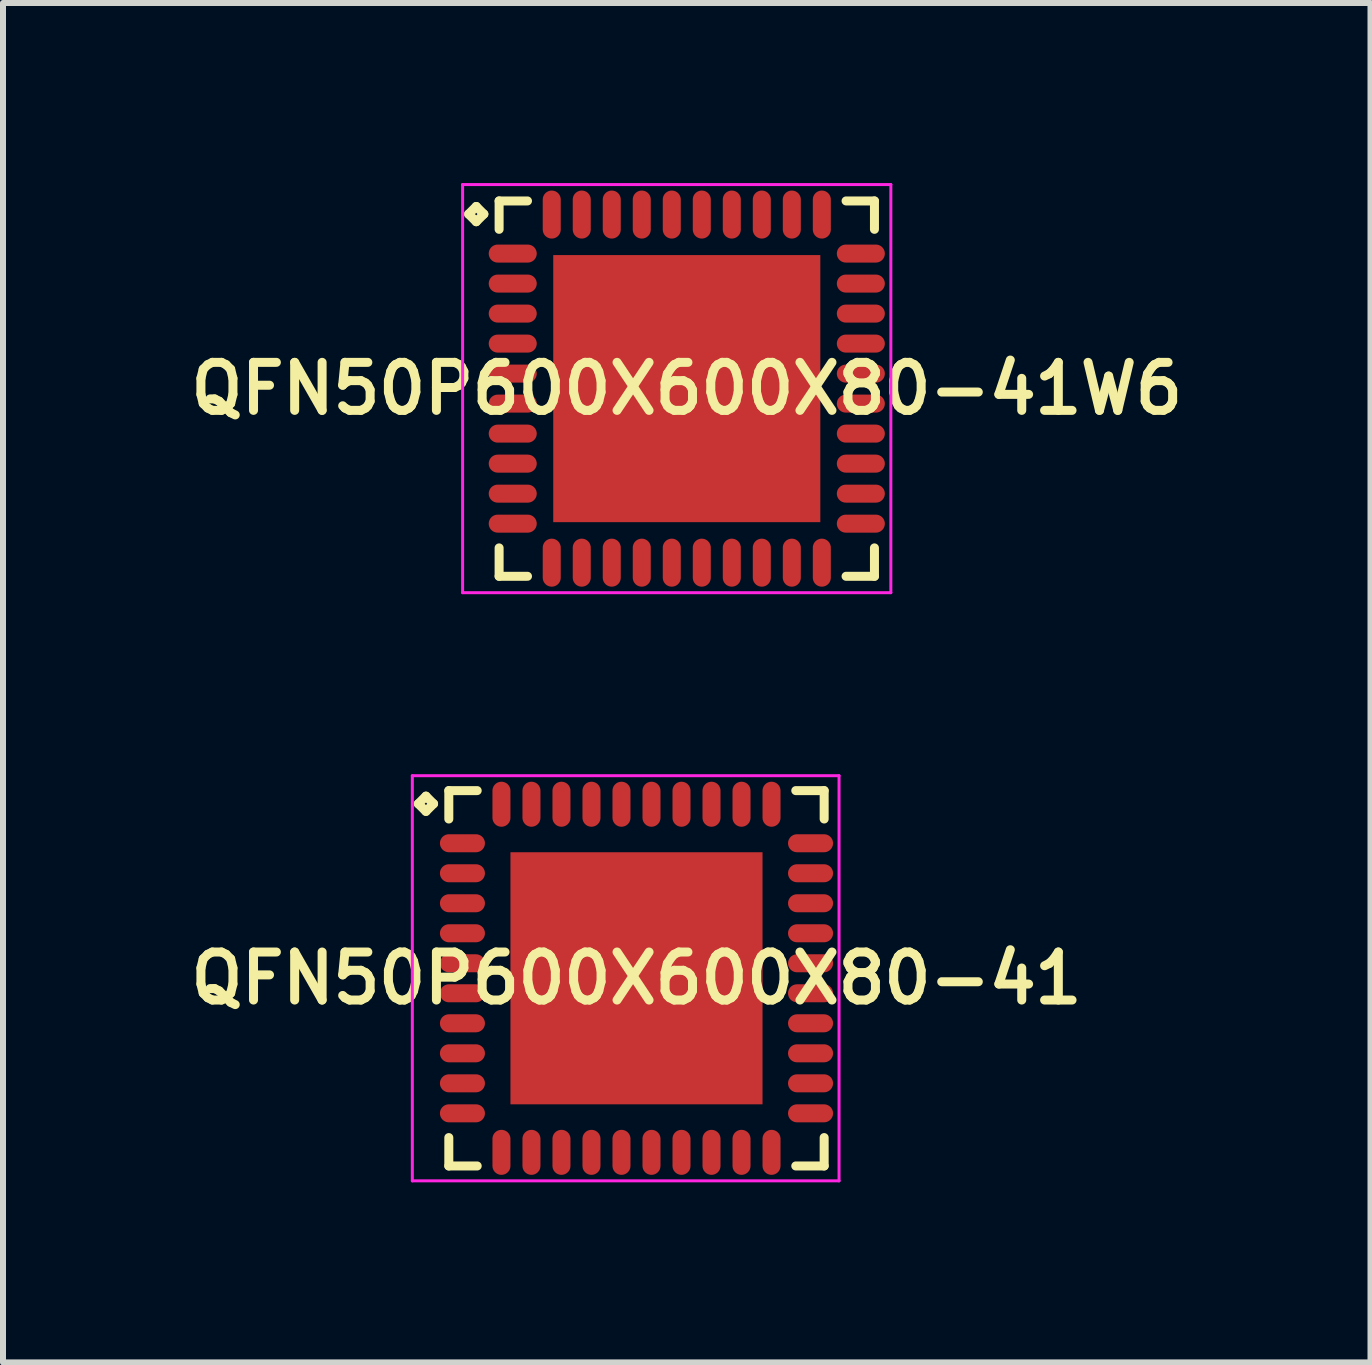
<source format=kicad_pcb>
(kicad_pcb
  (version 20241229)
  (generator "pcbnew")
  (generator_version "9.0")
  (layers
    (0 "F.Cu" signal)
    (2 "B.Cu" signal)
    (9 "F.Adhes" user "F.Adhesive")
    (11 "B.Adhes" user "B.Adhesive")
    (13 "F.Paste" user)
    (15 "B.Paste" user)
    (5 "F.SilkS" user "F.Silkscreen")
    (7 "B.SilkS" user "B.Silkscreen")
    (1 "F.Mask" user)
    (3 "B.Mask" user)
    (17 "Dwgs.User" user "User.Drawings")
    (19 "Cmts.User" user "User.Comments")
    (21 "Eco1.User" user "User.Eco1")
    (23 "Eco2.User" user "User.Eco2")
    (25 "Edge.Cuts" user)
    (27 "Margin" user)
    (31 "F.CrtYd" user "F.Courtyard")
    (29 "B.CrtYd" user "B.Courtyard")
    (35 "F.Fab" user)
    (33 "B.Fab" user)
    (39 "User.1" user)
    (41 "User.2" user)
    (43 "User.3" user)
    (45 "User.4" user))
  (footprint "QFN50P600X600X80-41W6"
    (layer "F.Cu")
    (at 8.393 3.425)
    (property "Reference" "QFN50P600X600X80-41W6" (at 0 0 0) (layer "F.SilkS") (effects (font (size 0.8 0.8) (thickness 0.15))))
    (attr smd)
    (fp_line (start -3.635 -2.908) (end -3.508 -3.035) (stroke (width 0.15) (type solid)) (layer "F.SilkS"))
    (fp_line (start -3.508 -3.035) (end -3.381 -2.908) (stroke (width 0.15) (type solid)) (layer "F.SilkS"))
    (fp_line (start -3.508 -2.781) (end -3.635 -2.908) (stroke (width 0.15) (type solid)) (layer "F.SilkS"))
    (fp_line (start -3.381 -2.908) (end -3.508 -2.781) (stroke (width 0.15) (type solid)) (layer "F.SilkS"))
    (fp_line (start -3.127 -3.127) (end -2.654 -3.127) (stroke (width 0.15) (type solid)) (layer "F.SilkS"))
    (fp_line (start -3.127 -2.654) (end -3.127 -3.127) (stroke (width 0.15) (type solid)) (layer "F.SilkS"))
    (fp_line (start -3.127 2.654) (end -3.127 3.127) (stroke (width 0.15) (type solid)) (layer "F.SilkS"))
    (fp_line (start -3.127 3.127) (end -2.654 3.127) (stroke (width 0.15) (type solid)) (layer "F.SilkS"))
    (fp_line (start 2.654 -3.127) (end 3.127 -3.127) (stroke (width 0.15) (type solid)) (layer "F.SilkS"))
    (fp_line (start 2.654 3.127) (end 3.127 3.127) (stroke (width 0.15) (type solid)) (layer "F.SilkS"))
    (fp_line (start 3.127 -3.127) (end 3.127 -2.654) (stroke (width 0.15) (type solid)) (layer "F.SilkS"))
    (fp_line (start 3.127 3.127) (end 3.127 2.654) (stroke (width 0.15) (type solid)) (layer "F.SilkS"))
    (fp_line (start -3.735 -3.4) (end 3.4 -3.4) (stroke (width 0.05) (type solid)) (layer "F.CrtYd"))
    (fp_line (start -3.735 3.4) (end -3.735 -3.4) (stroke (width 0.05) (type solid)) (layer "F.CrtYd"))
    (fp_line (start 3.4 -3.4) (end 3.4 3.4) (stroke (width 0.05) (type solid)) (layer "F.CrtYd"))
    (fp_line (start 3.4 3.4) (end -3.735 3.4) (stroke (width 0.05) (type solid)) (layer "F.CrtYd"))
    (pad "1" smd oval (at -2.9 -2.25) (size 0.8 0.3) (layers "F.Cu" "F.Mask" "F.Paste"))
    (pad "2" smd oval (at -2.9 -1.75) (size 0.8 0.3) (layers "F.Cu" "F.Mask" "F.Paste"))
    (pad "3" smd oval (at -2.9 -1.25) (size 0.8 0.3) (layers "F.Cu" "F.Mask" "F.Paste"))
    (pad "4" smd oval (at -2.9 -0.75) (size 0.8 0.3) (layers "F.Cu" "F.Mask" "F.Paste"))
    (pad "5" smd oval (at -2.9 -0.25) (size 0.8 0.3) (layers "F.Cu" "F.Mask" "F.Paste"))
    (pad "6" smd oval (at -2.9 0.25) (size 0.8 0.3) (layers "F.Cu" "F.Mask" "F.Paste"))
    (pad "7" smd oval (at -2.9 0.75) (size 0.8 0.3) (layers "F.Cu" "F.Mask" "F.Paste"))
    (pad "8" smd oval (at -2.9 1.25) (size 0.8 0.3) (layers "F.Cu" "F.Mask" "F.Paste"))
    (pad "9" smd oval (at -2.9 1.75) (size 0.8 0.3) (layers "F.Cu" "F.Mask" "F.Paste"))
    (pad "10" smd oval (at -2.9 2.25) (size 0.8 0.3) (layers "F.Cu" "F.Mask" "F.Paste"))
    (pad "11" smd oval (at -2.25 2.9) (size 0.3 0.8) (layers "F.Cu" "F.Mask" "F.Paste"))
    (pad "12" smd oval (at -1.75 2.9) (size 0.3 0.8) (layers "F.Cu" "F.Mask" "F.Paste"))
    (pad "13" smd oval (at -1.25 2.9) (size 0.3 0.8) (layers "F.Cu" "F.Mask" "F.Paste"))
    (pad "14" smd oval (at -0.75 2.9) (size 0.3 0.8) (layers "F.Cu" "F.Mask" "F.Paste"))
    (pad "15" smd oval (at -0.25 2.9) (size 0.3 0.8) (layers "F.Cu" "F.Mask" "F.Paste"))
    (pad "16" smd oval (at 0.25 2.9) (size 0.3 0.8) (layers "F.Cu" "F.Mask" "F.Paste"))
    (pad "17" smd oval (at 0.75 2.9) (size 0.3 0.8) (layers "F.Cu" "F.Mask" "F.Paste"))
    (pad "18" smd oval (at 1.25 2.9) (size 0.3 0.8) (layers "F.Cu" "F.Mask" "F.Paste"))
    (pad "19" smd oval (at 1.75 2.9) (size 0.3 0.8) (layers "F.Cu" "F.Mask" "F.Paste"))
    (pad "20" smd oval (at 2.25 2.9) (size 0.3 0.8) (layers "F.Cu" "F.Mask" "F.Paste"))
    (pad "21" smd oval (at 2.9 2.25) (size 0.8 0.3) (layers "F.Cu" "F.Mask" "F.Paste"))
    (pad "22" smd oval (at 2.9 1.75) (size 0.8 0.3) (layers "F.Cu" "F.Mask" "F.Paste"))
    (pad "23" smd oval (at 2.9 1.25) (size 0.8 0.3) (layers "F.Cu" "F.Mask" "F.Paste"))
    (pad "24" smd oval (at 2.9 0.75) (size 0.8 0.3) (layers "F.Cu" "F.Mask" "F.Paste"))
    (pad "25" smd oval (at 2.9 0.25) (size 0.8 0.3) (layers "F.Cu" "F.Mask" "F.Paste"))
    (pad "26" smd oval (at 2.9 -0.25) (size 0.8 0.3) (layers "F.Cu" "F.Mask" "F.Paste"))
    (pad "27" smd oval (at 2.9 -0.75) (size 0.8 0.3) (layers "F.Cu" "F.Mask" "F.Paste"))
    (pad "28" smd oval (at 2.9 -1.25) (size 0.8 0.3) (layers "F.Cu" "F.Mask" "F.Paste"))
    (pad "29" smd oval (at 2.9 -1.75) (size 0.8 0.3) (layers "F.Cu" "F.Mask" "F.Paste"))
    (pad "30" smd oval (at 2.9 -2.25) (size 0.8 0.3) (layers "F.Cu" "F.Mask" "F.Paste"))
    (pad "31" smd oval (at 2.25 -2.9) (size 0.3 0.8) (layers "F.Cu" "F.Mask" "F.Paste"))
    (pad "32" smd oval (at 1.75 -2.9) (size 0.3 0.8) (layers "F.Cu" "F.Mask" "F.Paste"))
    (pad "33" smd oval (at 1.25 -2.9) (size 0.3 0.8) (layers "F.Cu" "F.Mask" "F.Paste"))
    (pad "34" smd oval (at 0.75 -2.9) (size 0.3 0.8) (layers "F.Cu" "F.Mask" "F.Paste"))
    (pad "35" smd oval (at 0.25 -2.9) (size 0.3 0.8) (layers "F.Cu" "F.Mask" "F.Paste"))
    (pad "36" smd oval (at -0.25 -2.9) (size 0.3 0.8) (layers "F.Cu" "F.Mask" "F.Paste"))
    (pad "37" smd oval (at -0.75 -2.9) (size 0.3 0.8) (layers "F.Cu" "F.Mask" "F.Paste"))
    (pad "38" smd oval (at -1.25 -2.9) (size 0.3 0.8) (layers "F.Cu" "F.Mask" "F.Paste"))
    (pad "39" smd oval (at -1.75 -2.9) (size 0.3 0.8) (layers "F.Cu" "F.Mask" "F.Paste"))
    (pad "40" smd oval (at -2.25 -2.9) (size 0.3 0.8) (layers "F.Cu" "F.Mask" "F.Paste"))
    (pad "41" smd rect (at 0 0) (size 4.45 4.45) (layers "F.Cu" "F.Mask" "F.Paste")))
  (footprint "QFN50P600X600X80-41"
    (layer "F.Cu")
    (at 7.555 13.25)
    (property "Reference" "QFN50P600X600X80-41" (at 0 0 0) (layer "F.SilkS") (effects (font (size 0.8 0.8) (thickness 0.15))))
    (attr smd)
    (fp_line (start -3.635 -2.908) (end -3.508 -3.035) (stroke (width 0.15) (type solid)) (layer "F.SilkS"))
    (fp_line (start -3.508 -3.035) (end -3.381 -2.908) (stroke (width 0.15) (type solid)) (layer "F.SilkS"))
    (fp_line (start -3.508 -2.781) (end -3.635 -2.908) (stroke (width 0.15) (type solid)) (layer "F.SilkS"))
    (fp_line (start -3.381 -2.908) (end -3.508 -2.781) (stroke (width 0.15) (type solid)) (layer "F.SilkS"))
    (fp_line (start -3.127 -3.127) (end -2.654 -3.127) (stroke (width 0.15) (type solid)) (layer "F.SilkS"))
    (fp_line (start -3.127 -2.654) (end -3.127 -3.127) (stroke (width 0.15) (type solid)) (layer "F.SilkS"))
    (fp_line (start -3.127 2.654) (end -3.127 3.127) (stroke (width 0.15) (type solid)) (layer "F.SilkS"))
    (fp_line (start -3.127 3.127) (end -2.654 3.127) (stroke (width 0.15) (type solid)) (layer "F.SilkS"))
    (fp_line (start 2.654 -3.127) (end 3.127 -3.127) (stroke (width 0.15) (type solid)) (layer "F.SilkS"))
    (fp_line (start 2.654 3.127) (end 3.127 3.127) (stroke (width 0.15) (type solid)) (layer "F.SilkS"))
    (fp_line (start 3.127 -3.127) (end 3.127 -2.654) (stroke (width 0.15) (type solid)) (layer "F.SilkS"))
    (fp_line (start 3.127 3.127) (end 3.127 2.654) (stroke (width 0.15) (type solid)) (layer "F.SilkS"))
    (fp_line (start -3.735 -3.375) (end 3.375 -3.375) (stroke (width 0.05) (type solid)) (layer "F.CrtYd"))
    (fp_line (start -3.735 3.375) (end -3.735 -3.375) (stroke (width 0.05) (type solid)) (layer "F.CrtYd"))
    (fp_line (start 3.375 -3.375) (end 3.375 3.375) (stroke (width 0.05) (type solid)) (layer "F.CrtYd"))
    (fp_line (start 3.375 3.375) (end -3.735 3.375) (stroke (width 0.05) (type solid)) (layer "F.CrtYd"))
    (pad "1" smd oval (at -2.9 -2.25) (size 0.75 0.3) (layers "F.Cu" "F.Mask" "F.Paste"))
    (pad "2" smd oval (at -2.9 -1.75) (size 0.75 0.3) (layers "F.Cu" "F.Mask" "F.Paste"))
    (pad "3" smd oval (at -2.9 -1.25) (size 0.75 0.3) (layers "F.Cu" "F.Mask" "F.Paste"))
    (pad "4" smd oval (at -2.9 -0.75) (size 0.75 0.3) (layers "F.Cu" "F.Mask" "F.Paste"))
    (pad "5" smd oval (at -2.9 -0.25) (size 0.75 0.3) (layers "F.Cu" "F.Mask" "F.Paste"))
    (pad "6" smd oval (at -2.9 0.25) (size 0.75 0.3) (layers "F.Cu" "F.Mask" "F.Paste"))
    (pad "7" smd oval (at -2.9 0.75) (size 0.75 0.3) (layers "F.Cu" "F.Mask" "F.Paste"))
    (pad "8" smd oval (at -2.9 1.25) (size 0.75 0.3) (layers "F.Cu" "F.Mask" "F.Paste"))
    (pad "9" smd oval (at -2.9 1.75) (size 0.75 0.3) (layers "F.Cu" "F.Mask" "F.Paste"))
    (pad "10" smd oval (at -2.9 2.25) (size 0.75 0.3) (layers "F.Cu" "F.Mask" "F.Paste"))
    (pad "11" smd oval (at -2.25 2.9) (size 0.3 0.75) (layers "F.Cu" "F.Mask" "F.Paste"))
    (pad "12" smd oval (at -1.75 2.9) (size 0.3 0.75) (layers "F.Cu" "F.Mask" "F.Paste"))
    (pad "13" smd oval (at -1.25 2.9) (size 0.3 0.75) (layers "F.Cu" "F.Mask" "F.Paste"))
    (pad "14" smd oval (at -0.75 2.9) (size 0.3 0.75) (layers "F.Cu" "F.Mask" "F.Paste"))
    (pad "15" smd oval (at -0.25 2.9) (size 0.3 0.75) (layers "F.Cu" "F.Mask" "F.Paste"))
    (pad "16" smd oval (at 0.25 2.9) (size 0.3 0.75) (layers "F.Cu" "F.Mask" "F.Paste"))
    (pad "17" smd oval (at 0.75 2.9) (size 0.3 0.75) (layers "F.Cu" "F.Mask" "F.Paste"))
    (pad "18" smd oval (at 1.25 2.9) (size 0.3 0.75) (layers "F.Cu" "F.Mask" "F.Paste"))
    (pad "19" smd oval (at 1.75 2.9) (size 0.3 0.75) (layers "F.Cu" "F.Mask" "F.Paste"))
    (pad "20" smd oval (at 2.25 2.9) (size 0.3 0.75) (layers "F.Cu" "F.Mask" "F.Paste"))
    (pad "21" smd oval (at 2.9 2.25) (size 0.75 0.3) (layers "F.Cu" "F.Mask" "F.Paste"))
    (pad "22" smd oval (at 2.9 1.75) (size 0.75 0.3) (layers "F.Cu" "F.Mask" "F.Paste"))
    (pad "23" smd oval (at 2.9 1.25) (size 0.75 0.3) (layers "F.Cu" "F.Mask" "F.Paste"))
    (pad "24" smd oval (at 2.9 0.75) (size 0.75 0.3) (layers "F.Cu" "F.Mask" "F.Paste"))
    (pad "25" smd oval (at 2.9 0.25) (size 0.75 0.3) (layers "F.Cu" "F.Mask" "F.Paste"))
    (pad "26" smd oval (at 2.9 -0.25) (size 0.75 0.3) (layers "F.Cu" "F.Mask" "F.Paste"))
    (pad "27" smd oval (at 2.9 -0.75) (size 0.75 0.3) (layers "F.Cu" "F.Mask" "F.Paste"))
    (pad "28" smd oval (at 2.9 -1.25) (size 0.75 0.3) (layers "F.Cu" "F.Mask" "F.Paste"))
    (pad "29" smd oval (at 2.9 -1.75) (size 0.75 0.3) (layers "F.Cu" "F.Mask" "F.Paste"))
    (pad "30" smd oval (at 2.9 -2.25) (size 0.75 0.3) (layers "F.Cu" "F.Mask" "F.Paste"))
    (pad "31" smd oval (at 2.25 -2.9) (size 0.3 0.75) (layers "F.Cu" "F.Mask" "F.Paste"))
    (pad "32" smd oval (at 1.75 -2.9) (size 0.3 0.75) (layers "F.Cu" "F.Mask" "F.Paste"))
    (pad "33" smd oval (at 1.25 -2.9) (size 0.3 0.75) (layers "F.Cu" "F.Mask" "F.Paste"))
    (pad "34" smd oval (at 0.75 -2.9) (size 0.3 0.75) (layers "F.Cu" "F.Mask" "F.Paste"))
    (pad "35" smd oval (at 0.25 -2.9) (size 0.3 0.75) (layers "F.Cu" "F.Mask" "F.Paste"))
    (pad "36" smd oval (at -0.25 -2.9) (size 0.3 0.75) (layers "F.Cu" "F.Mask" "F.Paste"))
    (pad "37" smd oval (at -0.75 -2.9) (size 0.3 0.75) (layers "F.Cu" "F.Mask" "F.Paste"))
    (pad "38" smd oval (at -1.25 -2.9) (size 0.3 0.75) (layers "F.Cu" "F.Mask" "F.Paste"))
    (pad "39" smd oval (at -1.75 -2.9) (size 0.3 0.75) (layers "F.Cu" "F.Mask" "F.Paste"))
    (pad "40" smd oval (at -2.25 -2.9) (size 0.3 0.75) (layers "F.Cu" "F.Mask" "F.Paste"))
    (pad "41" smd rect (at 0 0) (size 4.2 4.2) (layers "F.Cu" "F.Mask" "F.Paste")))
  (gr_rect
    (start -3 -3)
    (end 19.785 19.65)
    (stroke (width 0.1) (type default))
    (fill no)
    (layer "Edge.Cuts")))
</source>
